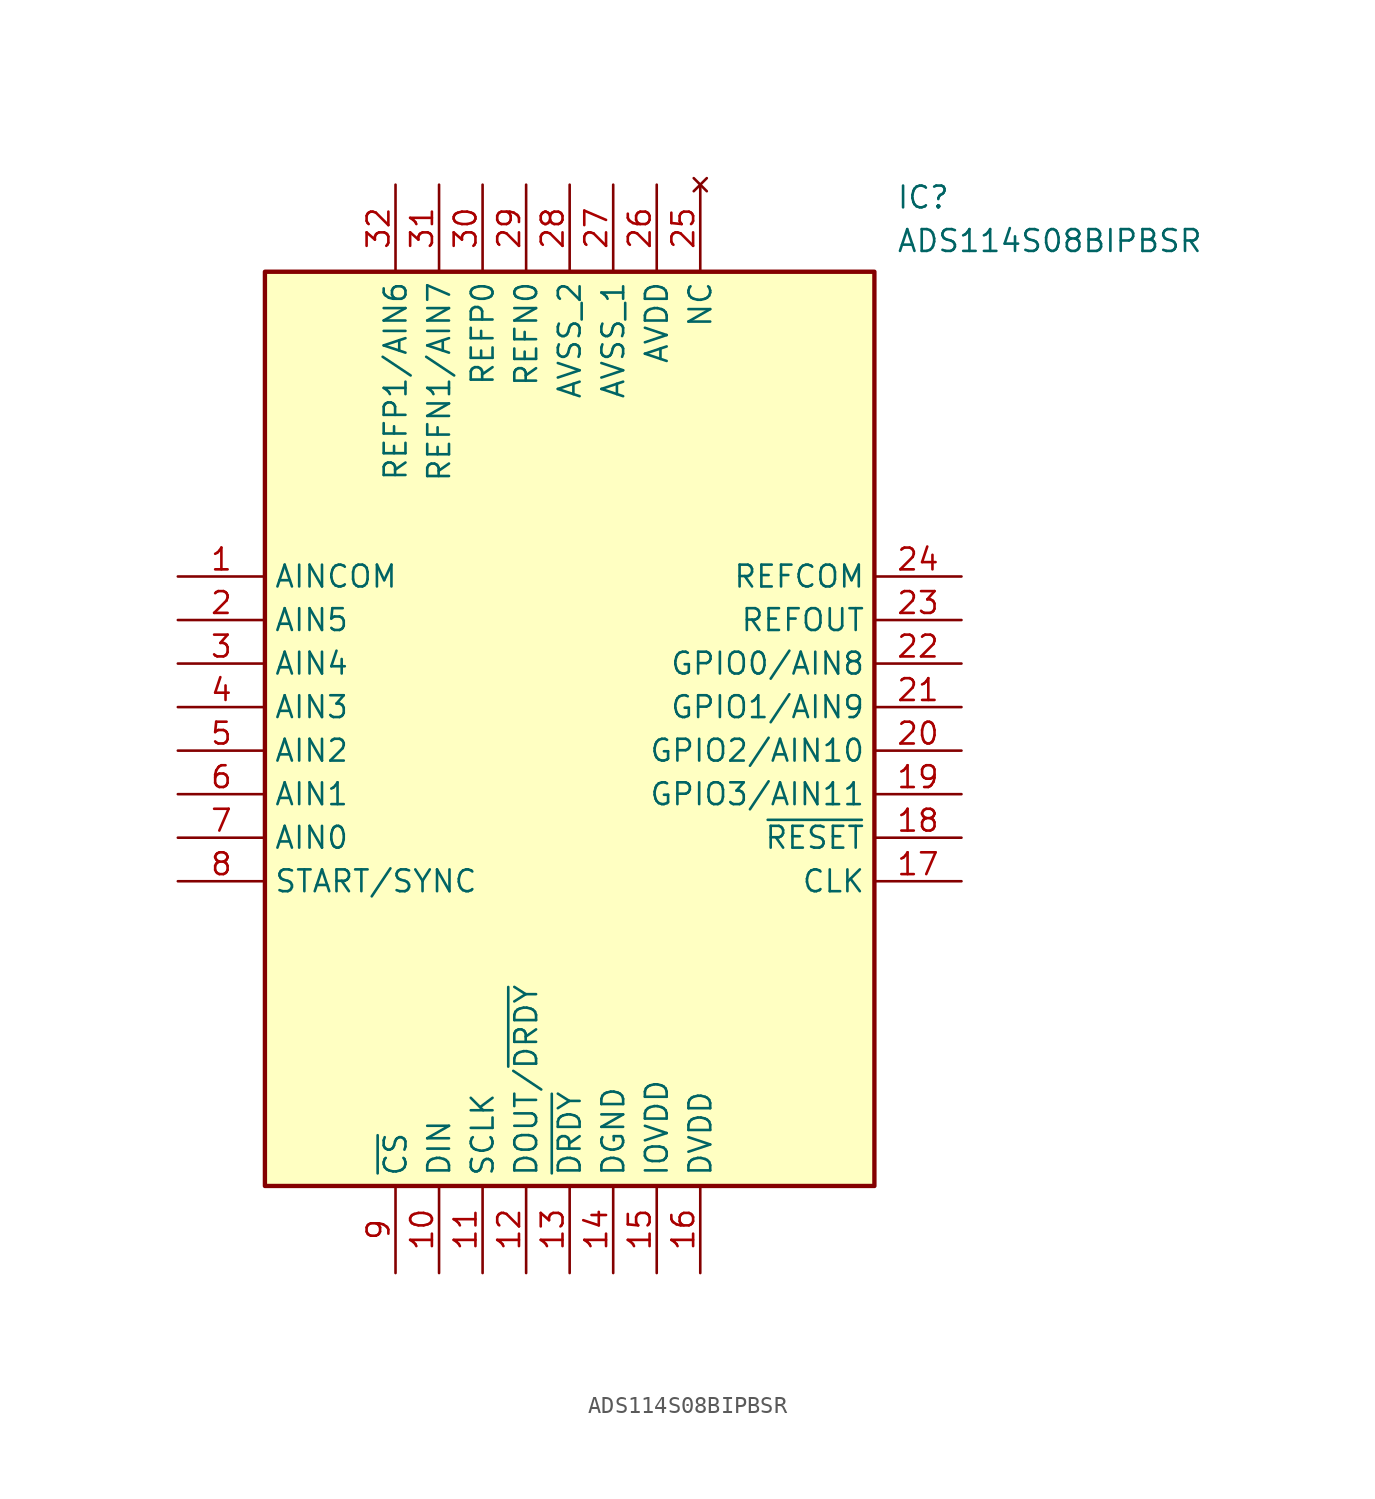
<source format=kicad_sym>
(kicad_symbol_lib
  (version 20211014)
  (generator SamacSys_ECAD_Model)
  (symbol "ADS114S08BIPBSR"
    (property "Reference" "IC"
      (at 41.91 22.86 0)
      (effects (font (size 1.27 1.27)) (justify left top)))
    (property "Value" "ADS114S08BIPBSR"
      (at 41.91 20.32 0)
      (effects (font (size 1.27 1.27)) (justify left top)))
    (rectangle
      (start 5.08 17.78)
      (end 40.64 -35.56)
      (stroke (width 0.254) (type default))
      (fill (type background)))
    (pin passive line
      (at 0 0 0)
      (length 5.08)
      (name "AINCOM" (effects (font (size 1.27 1.27))))
      (number "1" (effects (font (size 1.27 1.27)))))
    (pin passive line
      (at 0 -2.54 0)
      (length 5.08)
      (name "AIN5" (effects (font (size 1.27 1.27))))
      (number "2" (effects (font (size 1.27 1.27)))))
    (pin passive line
      (at 0 -5.08 0)
      (length 5.08)
      (name "AIN4" (effects (font (size 1.27 1.27))))
      (number "3" (effects (font (size 1.27 1.27)))))
    (pin passive line
      (at 0 -7.62 0)
      (length 5.08)
      (name "AIN3" (effects (font (size 1.27 1.27))))
      (number "4" (effects (font (size 1.27 1.27)))))
    (pin passive line
      (at 0 -10.16 0)
      (length 5.08)
      (name "AIN2" (effects (font (size 1.27 1.27))))
      (number "5" (effects (font (size 1.27 1.27)))))
    (pin passive line
      (at 0 -12.7 0)
      (length 5.08)
      (name "AIN1" (effects (font (size 1.27 1.27))))
      (number "6" (effects (font (size 1.27 1.27)))))
    (pin passive line
      (at 0 -15.24 0)
      (length 5.08)
      (name "AIN0" (effects (font (size 1.27 1.27))))
      (number "7" (effects (font (size 1.27 1.27)))))
    (pin passive line
      (at 0 -17.78 0)
      (length 5.08)
      (name "START/SYNC" (effects (font (size 1.27 1.27))))
      (number "8" (effects (font (size 1.27 1.27)))))
    (pin passive line
      (at 12.7 -40.64 90)
      (length 5.08)
      (name "~{CS}" (effects (font (size 1.27 1.27))))
      (number "9" (effects (font (size 1.27 1.27)))))
    (pin passive line
      (at 15.24 -40.64 90)
      (length 5.08)
      (name "DIN" (effects (font (size 1.27 1.27))))
      (number "10" (effects (font (size 1.27 1.27)))))
    (pin passive line
      (at 17.78 -40.64 90)
      (length 5.08)
      (name "SCLK" (effects (font (size 1.27 1.27))))
      (number "11" (effects (font (size 1.27 1.27)))))
    (pin passive line
      (at 20.32 -40.64 90)
      (length 5.08)
      (name "DOUT/~{DRDY}" (effects (font (size 1.27 1.27))))
      (number "12" (effects (font (size 1.27 1.27)))))
    (pin passive line
      (at 22.86 -40.64 90)
      (length 5.08)
      (name "~{DRDY}" (effects (font (size 1.27 1.27))))
      (number "13" (effects (font (size 1.27 1.27)))))
    (pin passive line
      (at 25.4 -40.64 90)
      (length 5.08)
      (name "DGND" (effects (font (size 1.27 1.27))))
      (number "14" (effects (font (size 1.27 1.27)))))
    (pin passive line
      (at 27.94 -40.64 90)
      (length 5.08)
      (name "IOVDD" (effects (font (size 1.27 1.27))))
      (number "15" (effects (font (size 1.27 1.27)))))
    (pin passive line
      (at 30.48 -40.64 90)
      (length 5.08)
      (name "DVDD" (effects (font (size 1.27 1.27))))
      (number "16" (effects (font (size 1.27 1.27)))))
    (pin passive line
      (at 45.72 0 180)
      (length 5.08)
      (name "REFCOM" (effects (font (size 1.27 1.27))))
      (number "24" (effects (font (size 1.27 1.27)))))
    (pin passive line
      (at 45.72 -2.54 180)
      (length 5.08)
      (name "REFOUT" (effects (font (size 1.27 1.27))))
      (number "23" (effects (font (size 1.27 1.27)))))
    (pin passive line
      (at 45.72 -5.08 180)
      (length 5.08)
      (name "GPIO0/AIN8" (effects (font (size 1.27 1.27))))
      (number "22" (effects (font (size 1.27 1.27)))))
    (pin passive line
      (at 45.72 -7.62 180)
      (length 5.08)
      (name "GPIO1/AIN9" (effects (font (size 1.27 1.27))))
      (number "21" (effects (font (size 1.27 1.27)))))
    (pin passive line
      (at 45.72 -10.16 180)
      (length 5.08)
      (name "GPIO2/AIN10" (effects (font (size 1.27 1.27))))
      (number "20" (effects (font (size 1.27 1.27)))))
    (pin passive line
      (at 45.72 -12.7 180)
      (length 5.08)
      (name "GPIO3/AIN11" (effects (font (size 1.27 1.27))))
      (number "19" (effects (font (size 1.27 1.27)))))
    (pin passive line
      (at 45.72 -15.24 180)
      (length 5.08)
      (name "~{RESET}" (effects (font (size 1.27 1.27))))
      (number "18" (effects (font (size 1.27 1.27)))))
    (pin passive line
      (at 45.72 -17.78 180)
      (length 5.08)
      (name "CLK" (effects (font (size 1.27 1.27))))
      (number "17" (effects (font (size 1.27 1.27)))))
    (pin passive line
      (at 12.7 22.86 270)
      (length 5.08)
      (name "REFP1/AIN6" (effects (font (size 1.27 1.27))))
      (number "32" (effects (font (size 1.27 1.27)))))
    (pin passive line
      (at 15.24 22.86 270)
      (length 5.08)
      (name "REFN1/AIN7" (effects (font (size 1.27 1.27))))
      (number "31" (effects (font (size 1.27 1.27)))))
    (pin passive line
      (at 17.78 22.86 270)
      (length 5.08)
      (name "REFP0" (effects (font (size 1.27 1.27))))
      (number "30" (effects (font (size 1.27 1.27)))))
    (pin passive line
      (at 20.32 22.86 270)
      (length 5.08)
      (name "REFN0" (effects (font (size 1.27 1.27))))
      (number "29" (effects (font (size 1.27 1.27)))))
    (pin passive line
      (at 22.86 22.86 270)
      (length 5.08)
      (name "AVSS_2" (effects (font (size 1.27 1.27))))
      (number "28" (effects (font (size 1.27 1.27)))))
    (pin passive line
      (at 25.4 22.86 270)
      (length 5.08)
      (name "AVSS_1" (effects (font (size 1.27 1.27))))
      (number "27" (effects (font (size 1.27 1.27)))))
    (pin passive line
      (at 27.94 22.86 270)
      (length 5.08)
      (name "AVDD" (effects (font (size 1.27 1.27))))
      (number "26" (effects (font (size 1.27 1.27)))))
    (pin no_connect line
      (at 30.48 22.86 270)
      (length 5.08)
      (name "NC" (effects (font (size 1.27 1.27))))
      (number "25" (effects (font (size 1.27 1.27)))))))
</source>
